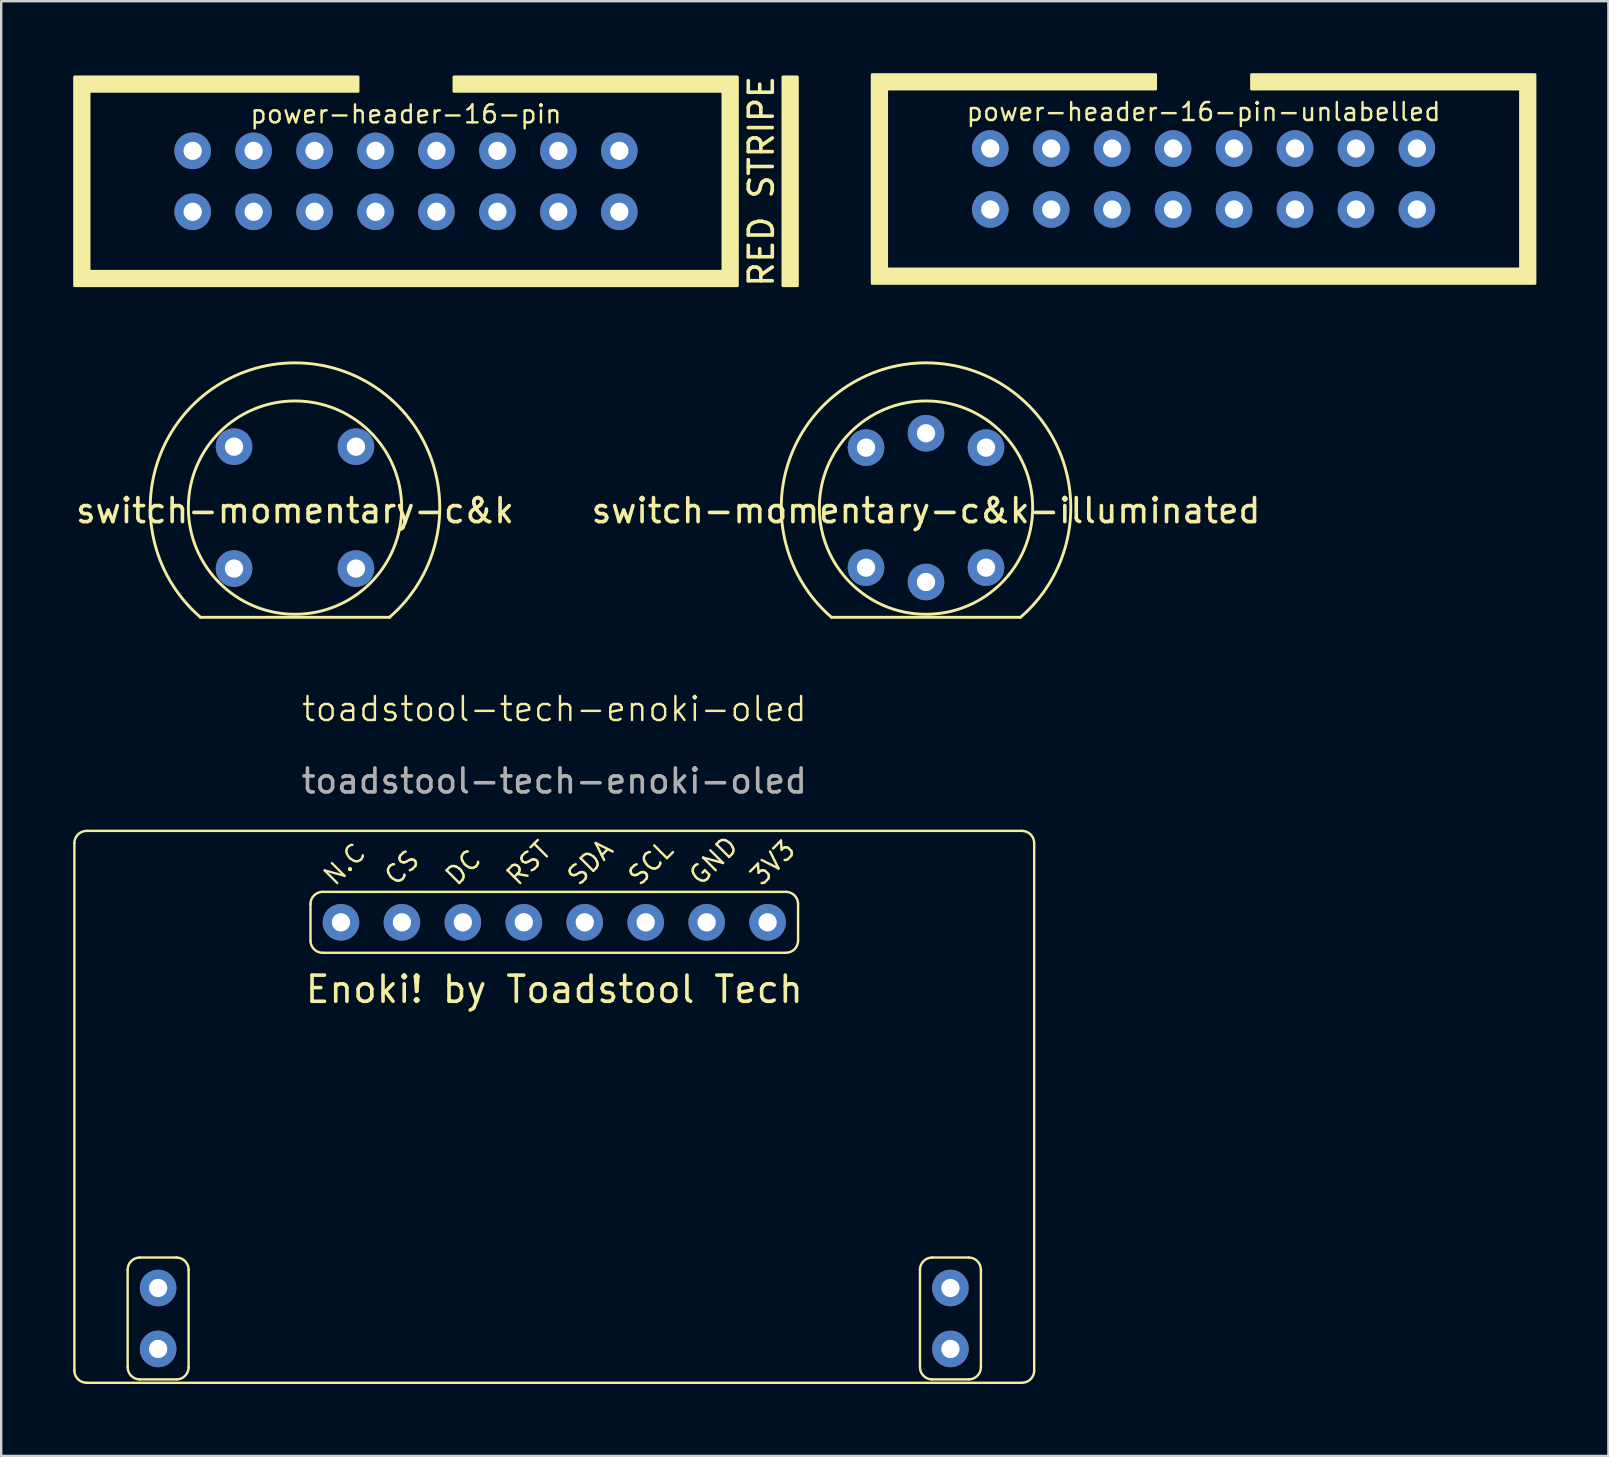
<source format=kicad_pcb>
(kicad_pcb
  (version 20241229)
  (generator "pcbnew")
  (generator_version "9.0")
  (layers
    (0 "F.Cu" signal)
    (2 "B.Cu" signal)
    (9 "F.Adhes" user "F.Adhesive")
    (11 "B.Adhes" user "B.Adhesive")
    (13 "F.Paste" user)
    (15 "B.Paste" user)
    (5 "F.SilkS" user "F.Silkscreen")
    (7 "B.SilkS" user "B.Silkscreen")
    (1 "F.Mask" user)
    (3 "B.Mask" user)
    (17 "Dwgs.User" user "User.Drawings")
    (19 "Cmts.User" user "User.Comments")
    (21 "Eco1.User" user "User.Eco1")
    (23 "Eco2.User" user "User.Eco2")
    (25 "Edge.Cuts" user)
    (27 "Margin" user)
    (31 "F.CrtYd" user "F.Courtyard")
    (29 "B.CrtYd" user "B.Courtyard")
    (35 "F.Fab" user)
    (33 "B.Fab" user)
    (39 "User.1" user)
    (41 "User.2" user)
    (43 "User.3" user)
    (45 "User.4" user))
  (footprint "switch-momentary-c&k-illuminated"
    (layer "F.Cu")
    (at 35.542 18.105)
    (property "Reference" "switch-momentary-c&k-illuminated" (at 0 0.127 0) (unlocked yes) (layer "F.SilkS") (effects (font (size 1 1) (thickness 0.15))))
    (attr through_hole)
    (fp_line (start -3.937 4.572) (end 3.937 4.572) (stroke (width 0.12) (type solid)) (layer "F.SilkS"))
    (fp_arc (start -3.937 4.572) (mid 0 -6.033503) (end 3.937 4.572) (stroke (width 0.12) (type solid)) (layer "F.SilkS"))
    (fp_circle (center 0 0) (end 4.445 0) (stroke (width 0.12) (type solid)) (fill no) (layer "F.SilkS"))
    (pad "1" thru_hole circle (at -2.5 -2.5) (size 1.524 1.524) (drill 0.762) (layers "*.Cu" "*.Mask"))
    (pad "2" thru_hole circle (at -2.5 2.5) (size 1.524 1.524) (drill 0.762) (layers "*.Cu" "*.Mask"))
    (pad "3" thru_hole circle (at 2.5 -2.5) (size 1.524 1.524) (drill 0.762) (layers "*.Cu" "*.Mask"))
    (pad "4" thru_hole circle (at 2.5 2.5) (size 1.524 1.524) (drill 0.762) (layers "*.Cu" "*.Mask"))
    (pad "L1" thru_hole circle (at 0 -3.1) (size 1.524 1.524) (drill 0.762) (layers "*.Cu" "*.Mask"))
    (pad "L2" thru_hole circle (at 0 3.1) (size 1.524 1.524) (drill 0.762) (layers "*.Cu" "*.Mask")))
  (footprint "switch-momentary-c&k"
    (layer "F.Cu")
    (at 9.244 18.105)
    (property "Reference" "switch-momentary-c&k" (at 0 0.127 0) (unlocked yes) (layer "F.SilkS") (effects (font (size 1 1) (thickness 0.15))))
    (attr through_hole)
    (fp_line (start -3.937 4.572) (end 3.937 4.572) (stroke (width 0.12) (type solid)) (layer "F.SilkS"))
    (fp_arc (start -3.937 4.572) (mid 0 -6.033503) (end 3.937 4.572) (stroke (width 0.12) (type solid)) (layer "F.SilkS"))
    (fp_circle (center 0 0) (end 4.445 0) (stroke (width 0.12) (type solid)) (fill no) (layer "F.SilkS"))
    (pad "1" thru_hole circle (at -2.54 2.54) (size 1.524 1.524) (drill 0.762) (layers "*.Cu" "*.Mask"))
    (pad "2" thru_hole circle (at 2.54 -2.54) (size 1.524 1.524) (drill 0.762) (layers "*.Cu" "*.Mask"))
    (pad "3" thru_hole circle (at 2.54 2.54) (size 1.524 1.524) (drill 0.762) (layers "*.Cu" "*.Mask"))
    (pad "4" thru_hole circle (at -2.54 -2.54) (size 1.524 1.524) (drill 0.762) (layers "*.Cu" "*.Mask")))
  (footprint "power-header-16-pin"
    (layer "F.Cu")
    (at 13.87 4.506)
    (property "Reference" "power-header-16-pin" (at 0 -2.8 0) (unlocked yes) (layer "F.SilkS") (effects (font (size 0.75 0.75) (thickness 0.1))))
    (attr through_hole)
    (fp_rect (start 15.71 -4.35) (end 16.31 4.35) (stroke (width 0.12) (type solid)) (fill yes) (layer "F.SilkS"))
    (fp_poly (pts (xy -13.81 4.35) (xy 13.81 4.35) (xy 13.81 -4.35) (xy 2 -4.35) (xy 2 -3.75) (xy 13.21 -3.75) (xy 13.21 3.75) (xy -13.21 3.75) (xy -13.21 -3.75) (xy -2 -3.75) (xy -2 -4.35) (xy -13.81 -4.35)) (stroke (width 0.12) (type solid)) (fill yes) (layer "F.SilkS"))
    (fp_text user "RED STRIPE" (at 14.81 0 90) (unlocked yes) (layer "F.SilkS") (effects (font (size 1 1) (thickness 0.15))))
    (pad "1" thru_hole circle (at 8.89 -1.27) (size 1.524 1.524) (drill 0.762) (layers "*.Cu" "*.Mask"))
    (pad "2" thru_hole circle (at 8.89 1.27) (size 1.524 1.524) (drill 0.762) (layers "*.Cu" "*.Mask"))
    (pad "3" thru_hole circle (at 6.35 -1.27) (size 1.524 1.524) (drill 0.762) (layers "*.Cu" "*.Mask"))
    (pad "4" thru_hole circle (at 6.35 1.27) (size 1.524 1.524) (drill 0.762) (layers "*.Cu" "*.Mask"))
    (pad "5" thru_hole circle (at 3.81 -1.27) (size 1.524 1.524) (drill 0.762) (layers "*.Cu" "*.Mask"))
    (pad "6" thru_hole circle (at 3.81 1.27) (size 1.524 1.524) (drill 0.762) (layers "*.Cu" "*.Mask"))
    (pad "7" thru_hole circle (at 1.27 -1.27) (size 1.524 1.524) (drill 0.762) (layers "*.Cu" "*.Mask"))
    (pad "8" thru_hole circle (at 1.27 1.27) (size 1.524 1.524) (drill 0.762) (layers "*.Cu" "*.Mask"))
    (pad "9" thru_hole circle (at -1.27 -1.27) (size 1.524 1.524) (drill 0.762) (layers "*.Cu" "*.Mask"))
    (pad "10" thru_hole circle (at -1.27 1.27) (size 1.524 1.524) (drill 0.762) (layers "*.Cu" "*.Mask"))
    (pad "11" thru_hole circle (at -3.81 -1.27) (size 1.524 1.524) (drill 0.762) (layers "*.Cu" "*.Mask"))
    (pad "12" thru_hole circle (at -3.81 1.27) (size 1.524 1.524) (drill 0.762) (layers "*.Cu" "*.Mask"))
    (pad "13" thru_hole circle (at -6.35 -1.27) (size 1.524 1.524) (drill 0.762) (layers "*.Cu" "*.Mask"))
    (pad "14" thru_hole circle (at -6.35 1.27) (size 1.524 1.524) (drill 0.762) (layers "*.Cu" "*.Mask"))
    (pad "15" thru_hole circle (at -8.89 -1.27) (size 1.524 1.524) (drill 0.762) (layers "*.Cu" "*.Mask"))
    (pad "16" thru_hole circle (at -8.89 1.27) (size 1.524 1.524) (drill 0.762) (layers "*.Cu" "*.Mask")))
  (footprint "toadstool-tech-enoki-oled"
    (layer "F.Cu")
    (at 20.05 35.388)
    (property "Reference" "toadstool-tech-enoki-oled" (at 0 -8.89 0) (unlocked yes) (layer "F.SilkS") (effects (font (size 1 1) (thickness 0.1))))
    (attr through_hole)
    (fp_line (start -20 18.682) (end -20 -3.302) (stroke (width 0.1) (type default)) (layer "F.SilkS"))
    (fp_line (start -19.492 -3.81) (end 19.492 -3.81) (stroke (width 0.1) (type default)) (layer "F.SilkS"))
    (fp_line (start -17.78 18.542) (end -17.78 14.478) (stroke (width 0.1) (type default)) (layer "F.SilkS"))
    (fp_line (start -17.272 13.97) (end -15.748 13.97) (stroke (width 0.1) (type default)) (layer "F.SilkS"))
    (fp_line (start -15.748 19.05) (end -17.272 19.05) (stroke (width 0.1) (type default)) (layer "F.SilkS"))
    (fp_line (start -15.24 14.478) (end -15.24 18.542) (stroke (width 0.1) (type default)) (layer "F.SilkS"))
    (fp_line (start -10.16 0.762) (end -10.16 -0.762) (stroke (width 0.1) (type default)) (layer "F.SilkS"))
    (fp_line (start -9.652 -1.27) (end 9.652 -1.27) (stroke (width 0.1) (type default)) (layer "F.SilkS"))
    (fp_line (start 9.652 1.27) (end -9.652 1.27) (stroke (width 0.1) (type default)) (layer "F.SilkS"))
    (fp_line (start 10.16 -0.762) (end 10.16 0.762) (stroke (width 0.1) (type default)) (layer "F.SilkS"))
    (fp_line (start 15.24 18.542) (end 15.24 14.478) (stroke (width 0.1) (type default)) (layer "F.SilkS"))
    (fp_line (start 15.748 13.97) (end 17.272 13.97) (stroke (width 0.1) (type default)) (layer "F.SilkS"))
    (fp_line (start 15.748 19.05) (end 17.272 19.05) (stroke (width 0.1) (type default)) (layer "F.SilkS"))
    (fp_line (start 17.78 14.478) (end 17.78 18.542) (stroke (width 0.1) (type default)) (layer "F.SilkS"))
    (fp_line (start 19.492 19.19) (end -19.492 19.19) (stroke (width 0.1) (type default)) (layer "F.SilkS"))
    (fp_line (start 20 -3.302) (end 20 18.682) (stroke (width 0.1) (type default)) (layer "F.SilkS"))
    (fp_arc (start -20 -3.302) (mid -19.85121 -3.66121) (end -19.492 -3.81) (stroke (width 0.1) (type default)) (layer "F.SilkS"))
    (fp_arc (start -19.492 19.19) (mid -19.85121 19.04121) (end -20 18.682) (stroke (width 0.1) (type default)) (layer "F.SilkS"))
    (fp_arc (start -17.78 14.478) (mid -17.63121 14.11879) (end -17.272 13.97) (stroke (width 0.1) (type default)) (layer "F.SilkS"))
    (fp_arc (start -17.272 19.05) (mid -17.63121 18.90121) (end -17.78 18.542) (stroke (width 0.1) (type default)) (layer "F.SilkS"))
    (fp_arc (start -15.748 13.97) (mid -15.38879 14.11879) (end -15.24 14.478) (stroke (width 0.1) (type default)) (layer "F.SilkS"))
    (fp_arc (start -15.24 18.542) (mid -15.38879 18.90121) (end -15.748 19.05) (stroke (width 0.1) (type default)) (layer "F.SilkS"))
    (fp_arc (start -10.16 -0.762) (mid -10.01121 -1.12121) (end -9.652 -1.27) (stroke (width 0.1) (type default)) (layer "F.SilkS"))
    (fp_arc (start -9.652 1.27) (mid -10.01121 1.12121) (end -10.16 0.762) (stroke (width 0.1) (type default)) (layer "F.SilkS"))
    (fp_arc (start 9.652 -1.27) (mid 10.01121 -1.12121) (end 10.16 -0.762) (stroke (width 0.1) (type default)) (layer "F.SilkS"))
    (fp_arc (start 10.16 0.762) (mid 10.01121 1.12121) (end 9.652 1.27) (stroke (width 0.1) (type default)) (layer "F.SilkS"))
    (fp_arc (start 15.24 14.478) (mid 15.38879 14.11879) (end 15.748 13.97) (stroke (width 0.1) (type default)) (layer "F.SilkS"))
    (fp_arc (start 15.748 19.05) (mid 15.38879 18.90121) (end 15.24 18.542) (stroke (width 0.1) (type default)) (layer "F.SilkS"))
    (fp_arc (start 17.272 13.97) (mid 17.63121 14.11879) (end 17.78 14.478) (stroke (width 0.1) (type default)) (layer "F.SilkS"))
    (fp_arc (start 17.78 18.542) (mid 17.63121 18.90121) (end 17.272 19.05) (stroke (width 0.1) (type default)) (layer "F.SilkS"))
    (fp_arc (start 19.492 -3.81) (mid 19.85121 -3.66121) (end 20 -3.302) (stroke (width 0.1) (type default)) (layer "F.SilkS"))
    (fp_arc (start 20 18.682) (mid 19.85121 19.04121) (end 19.492 19.19) (stroke (width 0.1) (type default)) (layer "F.SilkS"))
    (fp_text user "GND" (at 6.096 -1.397 45) (unlocked yes) (layer "F.SilkS") (effects (font (size 0.75 0.75) (thickness 0.1)) (justify left bottom)))
    (fp_text user "Enoki! by Toadstool Tech" (at 0 2.794 0) (unlocked yes) (layer "F.SilkS") (effects (font (size 1.09 1.09) (thickness 0.15))))
    (fp_text user "SDA" (at 1.016 -1.397 45) (unlocked yes) (layer "F.SilkS") (effects (font (size 0.75 0.75) (thickness 0.1)) (justify left bottom)))
    (fp_text user "N.C" (at -9.144 -1.397 45) (unlocked yes) (layer "F.SilkS") (effects (font (size 0.75 0.75) (thickness 0.094)) (justify left bottom)))
    (fp_text user "3V3" (at 8.636 -1.397 45) (unlocked yes) (layer "F.SilkS") (effects (font (size 0.75 0.75) (thickness 0.1)) (justify left bottom)))
    (fp_text user "CS" (at -6.604 -1.397 45) (unlocked yes) (layer "F.SilkS") (effects (font (size 0.75 0.75) (thickness 0.1)) (justify left bottom)))
    (fp_text user "DC" (at -4.064 -1.397 45) (unlocked yes) (layer "F.SilkS") (effects (font (size 0.75 0.75) (thickness 0.1)) (justify left bottom)))
    (fp_text user "RST" (at -1.524 -1.397 45) (unlocked yes) (layer "F.SilkS") (effects (font (size 0.75 0.75) (thickness 0.1)) (justify left bottom)))
    (fp_text user "SCL" (at 3.556 -1.397 45) (unlocked yes) (layer "F.SilkS") (effects (font (size 0.75 0.75) (thickness 0.1)) (justify left bottom)))
    (fp_text user "${REFERENCE}" (at 0 -5.89 0) (unlocked yes) (layer "F.Fab") (effects (font (size 1 1) (thickness 0.15))))
    (pad "1" thru_hole circle (at -8.89 0) (size 1.524 1.524) (drill 0.762) (layers "*.Cu" "*.Mask"))
    (pad "2" thru_hole circle (at -6.35 0) (size 1.524 1.524) (drill 0.762) (layers "*.Cu" "*.Mask"))
    (pad "3" thru_hole circle (at -3.81 0) (size 1.524 1.524) (drill 0.762) (layers "*.Cu" "*.Mask"))
    (pad "4" thru_hole circle (at -1.27 0) (size 1.524 1.524) (drill 0.762) (layers "*.Cu" "*.Mask"))
    (pad "5" thru_hole circle (at 1.27 0) (size 1.524 1.524) (drill 0.762) (layers "*.Cu" "*.Mask"))
    (pad "6" thru_hole circle (at 3.81 0) (size 1.524 1.524) (drill 0.762) (layers "*.Cu" "*.Mask"))
    (pad "7" thru_hole circle (at 6.35 0) (size 1.524 1.524) (drill 0.762) (layers "*.Cu" "*.Mask"))
    (pad "8" thru_hole circle (at 8.89 0) (size 1.524 1.524) (drill 0.762) (layers "*.Cu" "*.Mask"))
    (pad "x" thru_hole circle (at -16.51 15.24) (size 1.524 1.524) (drill 0.762) (layers "*.Cu" "*.Mask"))
    (pad "x" thru_hole circle (at -16.51 17.78) (size 1.524 1.524) (drill 0.762) (layers "*.Cu" "*.Mask"))
    (pad "x" thru_hole circle (at 16.51 15.24) (size 1.524 1.524) (drill 0.762) (layers "*.Cu" "*.Mask"))
    (pad "x" thru_hole circle (at 16.51 17.78) (size 1.524 1.524) (drill 0.762) (layers "*.Cu" "*.Mask")))
  (footprint "power-header-16-pin-unlabelled"
    (layer "F.Cu")
    (at 47.11 4.41)
    (property "Reference" "power-header-16-pin-unlabelled" (at 0 -2.8 0) (unlocked yes) (layer "F.SilkS") (effects (font (size 0.75 0.75) (thickness 0.1))))
    (attr through_hole)
    (fp_poly (pts (xy -13.81 4.35) (xy 13.81 4.35) (xy 13.81 -4.35) (xy 2 -4.35) (xy 2 -3.75) (xy 13.21 -3.75) (xy 13.21 3.75) (xy -13.21 3.75) (xy -13.21 -3.75) (xy -2 -3.75) (xy -2 -4.35) (xy -13.81 -4.35)) (stroke (width 0.12) (type solid)) (fill yes) (layer "F.SilkS"))
    (pad "1" thru_hole circle (at 8.89 -1.27) (size 1.524 1.524) (drill 0.762) (layers "*.Cu" "*.Mask"))
    (pad "2" thru_hole circle (at 8.89 1.27) (size 1.524 1.524) (drill 0.762) (layers "*.Cu" "*.Mask"))
    (pad "3" thru_hole circle (at 6.35 -1.27) (size 1.524 1.524) (drill 0.762) (layers "*.Cu" "*.Mask"))
    (pad "4" thru_hole circle (at 6.35 1.27) (size 1.524 1.524) (drill 0.762) (layers "*.Cu" "*.Mask"))
    (pad "5" thru_hole circle (at 3.81 -1.27) (size 1.524 1.524) (drill 0.762) (layers "*.Cu" "*.Mask"))
    (pad "6" thru_hole circle (at 3.81 1.27) (size 1.524 1.524) (drill 0.762) (layers "*.Cu" "*.Mask"))
    (pad "7" thru_hole circle (at 1.27 -1.27) (size 1.524 1.524) (drill 0.762) (layers "*.Cu" "*.Mask"))
    (pad "8" thru_hole circle (at 1.27 1.27) (size 1.524 1.524) (drill 0.762) (layers "*.Cu" "*.Mask"))
    (pad "9" thru_hole circle (at -1.27 -1.27) (size 1.524 1.524) (drill 0.762) (layers "*.Cu" "*.Mask"))
    (pad "10" thru_hole circle (at -1.27 1.27) (size 1.524 1.524) (drill 0.762) (layers "*.Cu" "*.Mask"))
    (pad "11" thru_hole circle (at -3.81 -1.27) (size 1.524 1.524) (drill 0.762) (layers "*.Cu" "*.Mask"))
    (pad "12" thru_hole circle (at -3.81 1.27) (size 1.524 1.524) (drill 0.762) (layers "*.Cu" "*.Mask"))
    (pad "13" thru_hole circle (at -6.35 -1.27) (size 1.524 1.524) (drill 0.762) (layers "*.Cu" "*.Mask"))
    (pad "14" thru_hole circle (at -6.35 1.27) (size 1.524 1.524) (drill 0.762) (layers "*.Cu" "*.Mask"))
    (pad "15" thru_hole circle (at -8.89 -1.27) (size 1.524 1.524) (drill 0.762) (layers "*.Cu" "*.Mask"))
    (pad "16" thru_hole circle (at -8.89 1.27) (size 1.524 1.524) (drill 0.762) (layers "*.Cu" "*.Mask")))
  (gr_rect
    (start -3 -3)
    (end 63.98 57.628)
    (stroke (width 0.1) (type default))
    (fill no)
    (layer "Edge.Cuts")))
</source>
